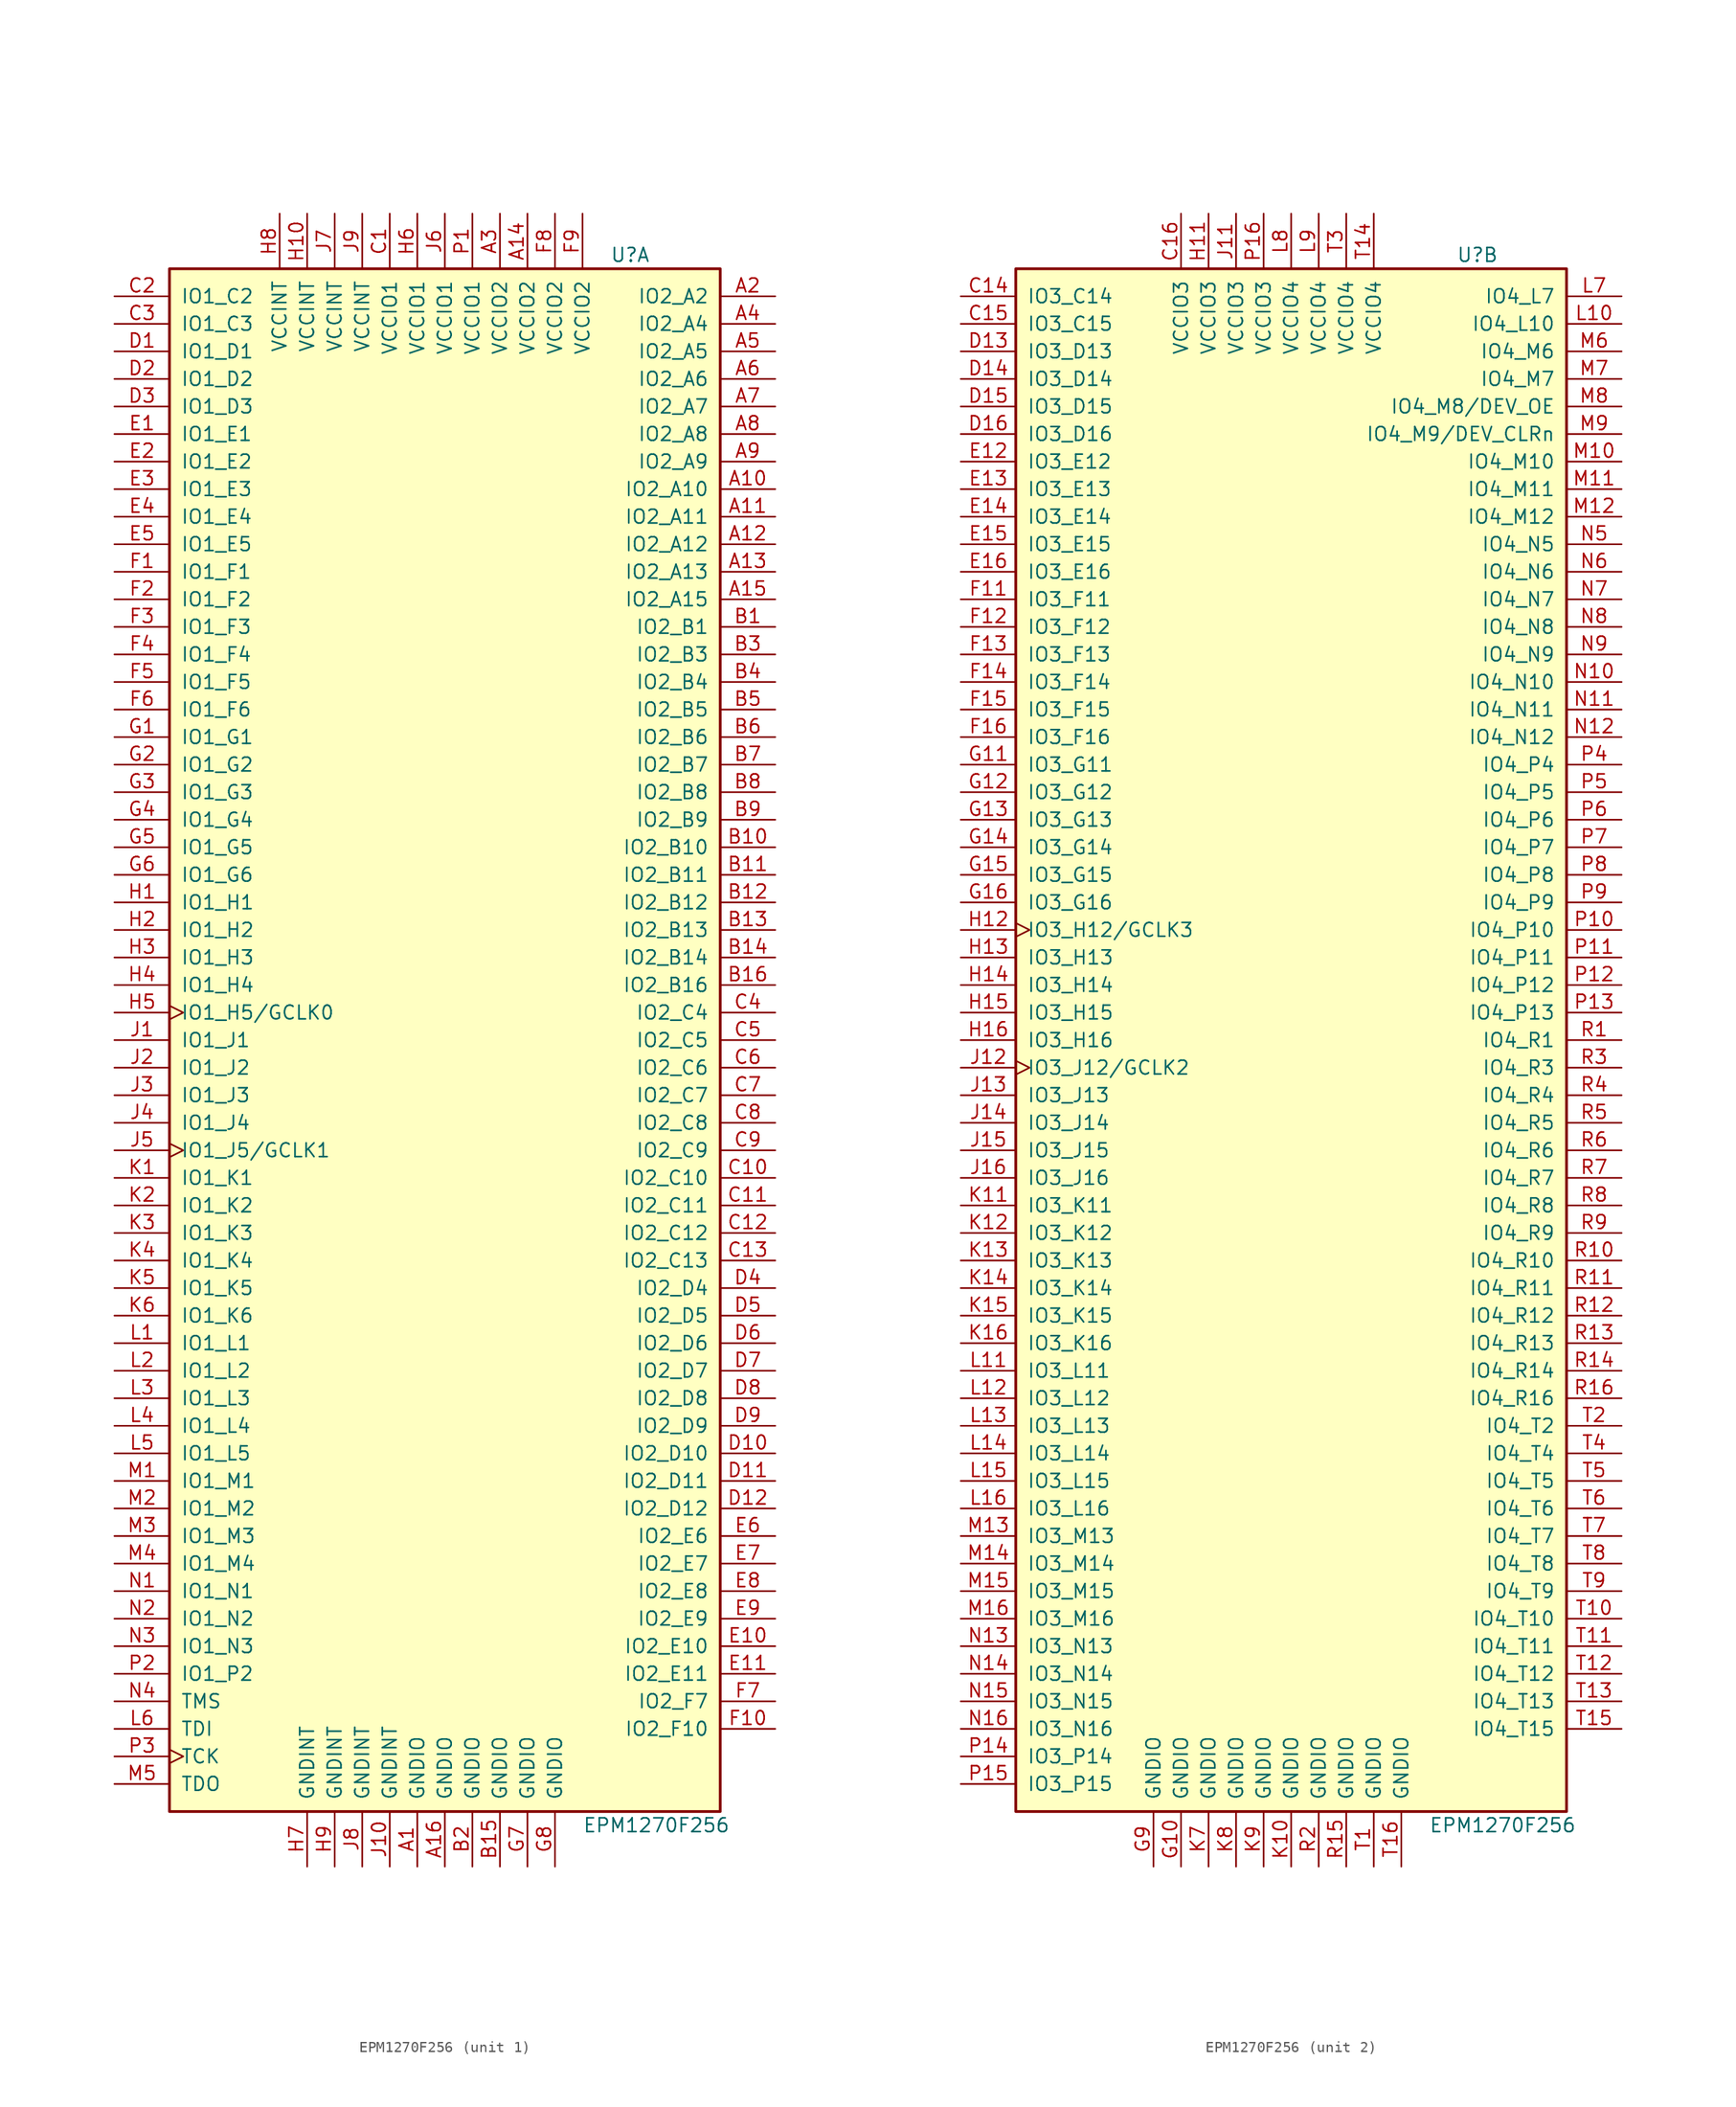
<source format=kicad_sym>
(kicad_symbol_lib
  (version 20220914)
  (generator kicad_symbol_editor)
  (symbol "EPM1270F256"
    (pin_names
      (offset 1.016))
    (property "Reference" "U"
      (at 15.24 72.39 0)
      (effects (font (size 1.27 1.27)) (justify left)))
    (property "Value" "EPM1270F256"
      (at 12.7 -72.39 0)
      (effects (font (size 1.27 1.27)) (justify left)))
    (property "ki_locked" ""
      (at 0 0 0)
      (effects (font (size 1.27 1.27))))
    (symbol "EPM1270F256_1_1"
      (rectangle (start -25.4 71.12) (end 25.4 -71.12) (stroke (width 0.254) (type default)) (fill (type background)))
      (pin power_in line (at -2.54 -76.2 90) (length 5.08) (name "GNDIO" (effects (font (size 1.27 1.27)))) (number "A1" (effects (font (size 1.27 1.27)))))
      (pin bidirectional line (at 30.48 50.8 180) (length 5.08) (name "IO2_A10" (effects (font (size 1.27 1.27)))) (number "A10" (effects (font (size 1.27 1.27)))))
      (pin bidirectional line (at 30.48 48.26 180) (length 5.08) (name "IO2_A11" (effects (font (size 1.27 1.27)))) (number "A11" (effects (font (size 1.27 1.27)))))
      (pin bidirectional line (at 30.48 45.72 180) (length 5.08) (name "IO2_A12" (effects (font (size 1.27 1.27)))) (number "A12" (effects (font (size 1.27 1.27)))))
      (pin bidirectional line (at 30.48 43.18 180) (length 5.08) (name "IO2_A13" (effects (font (size 1.27 1.27)))) (number "A13" (effects (font (size 1.27 1.27)))))
      (pin power_in line (at 7.62 76.2 270) (length 5.08) (name "VCCIO2" (effects (font (size 1.27 1.27)))) (number "A14" (effects (font (size 1.27 1.27)))))
      (pin bidirectional line (at 30.48 40.64 180) (length 5.08) (name "IO2_A15" (effects (font (size 1.27 1.27)))) (number "A15" (effects (font (size 1.27 1.27)))))
      (pin power_in line (at 0 -76.2 90) (length 5.08) (name "GNDIO" (effects (font (size 1.27 1.27)))) (number "A16" (effects (font (size 1.27 1.27)))))
      (pin bidirectional line (at 30.48 68.58 180) (length 5.08) (name "IO2_A2" (effects (font (size 1.27 1.27)))) (number "A2" (effects (font (size 1.27 1.27)))))
      (pin power_in line (at 5.08 76.2 270) (length 5.08) (name "VCCIO2" (effects (font (size 1.27 1.27)))) (number "A3" (effects (font (size 1.27 1.27)))))
      (pin bidirectional line (at 30.48 66.04 180) (length 5.08) (name "IO2_A4" (effects (font (size 1.27 1.27)))) (number "A4" (effects (font (size 1.27 1.27)))))
      (pin bidirectional line (at 30.48 63.5 180) (length 5.08) (name "IO2_A5" (effects (font (size 1.27 1.27)))) (number "A5" (effects (font (size 1.27 1.27)))))
      (pin bidirectional line (at 30.48 60.96 180) (length 5.08) (name "IO2_A6" (effects (font (size 1.27 1.27)))) (number "A6" (effects (font (size 1.27 1.27)))))
      (pin bidirectional line (at 30.48 58.42 180) (length 5.08) (name "IO2_A7" (effects (font (size 1.27 1.27)))) (number "A7" (effects (font (size 1.27 1.27)))))
      (pin bidirectional line (at 30.48 55.88 180) (length 5.08) (name "IO2_A8" (effects (font (size 1.27 1.27)))) (number "A8" (effects (font (size 1.27 1.27)))))
      (pin bidirectional line (at 30.48 53.34 180) (length 5.08) (name "IO2_A9" (effects (font (size 1.27 1.27)))) (number "A9" (effects (font (size 1.27 1.27)))))
      (pin bidirectional line (at 30.48 38.1 180) (length 5.08) (name "IO2_B1" (effects (font (size 1.27 1.27)))) (number "B1" (effects (font (size 1.27 1.27)))))
      (pin bidirectional line (at 30.48 17.78 180) (length 5.08) (name "IO2_B10" (effects (font (size 1.27 1.27)))) (number "B10" (effects (font (size 1.27 1.27)))))
      (pin bidirectional line (at 30.48 15.24 180) (length 5.08) (name "IO2_B11" (effects (font (size 1.27 1.27)))) (number "B11" (effects (font (size 1.27 1.27)))))
      (pin bidirectional line (at 30.48 12.7 180) (length 5.08) (name "IO2_B12" (effects (font (size 1.27 1.27)))) (number "B12" (effects (font (size 1.27 1.27)))))
      (pin bidirectional line (at 30.48 10.16 180) (length 5.08) (name "IO2_B13" (effects (font (size 1.27 1.27)))) (number "B13" (effects (font (size 1.27 1.27)))))
      (pin bidirectional line (at 30.48 7.62 180) (length 5.08) (name "IO2_B14" (effects (font (size 1.27 1.27)))) (number "B14" (effects (font (size 1.27 1.27)))))
      (pin power_in line (at 5.08 -76.2 90) (length 5.08) (name "GNDIO" (effects (font (size 1.27 1.27)))) (number "B15" (effects (font (size 1.27 1.27)))))
      (pin bidirectional line (at 30.48 5.08 180) (length 5.08) (name "IO2_B16" (effects (font (size 1.27 1.27)))) (number "B16" (effects (font (size 1.27 1.27)))))
      (pin power_in line (at 2.54 -76.2 90) (length 5.08) (name "GNDIO" (effects (font (size 1.27 1.27)))) (number "B2" (effects (font (size 1.27 1.27)))))
      (pin bidirectional line (at 30.48 35.56 180) (length 5.08) (name "IO2_B3" (effects (font (size 1.27 1.27)))) (number "B3" (effects (font (size 1.27 1.27)))))
      (pin bidirectional line (at 30.48 33.02 180) (length 5.08) (name "IO2_B4" (effects (font (size 1.27 1.27)))) (number "B4" (effects (font (size 1.27 1.27)))))
      (pin bidirectional line (at 30.48 30.48 180) (length 5.08) (name "IO2_B5" (effects (font (size 1.27 1.27)))) (number "B5" (effects (font (size 1.27 1.27)))))
      (pin bidirectional line (at 30.48 27.94 180) (length 5.08) (name "IO2_B6" (effects (font (size 1.27 1.27)))) (number "B6" (effects (font (size 1.27 1.27)))))
      (pin bidirectional line (at 30.48 25.4 180) (length 5.08) (name "IO2_B7" (effects (font (size 1.27 1.27)))) (number "B7" (effects (font (size 1.27 1.27)))))
      (pin bidirectional line (at 30.48 22.86 180) (length 5.08) (name "IO2_B8" (effects (font (size 1.27 1.27)))) (number "B8" (effects (font (size 1.27 1.27)))))
      (pin bidirectional line (at 30.48 20.32 180) (length 5.08) (name "IO2_B9" (effects (font (size 1.27 1.27)))) (number "B9" (effects (font (size 1.27 1.27)))))
      (pin power_in line (at -5.08 76.2 270) (length 5.08) (name "VCCIO1" (effects (font (size 1.27 1.27)))) (number "C1" (effects (font (size 1.27 1.27)))))
      (pin bidirectional line (at 30.48 -12.7 180) (length 5.08) (name "IO2_C10" (effects (font (size 1.27 1.27)))) (number "C10" (effects (font (size 1.27 1.27)))))
      (pin bidirectional line (at 30.48 -15.24 180) (length 5.08) (name "IO2_C11" (effects (font (size 1.27 1.27)))) (number "C11" (effects (font (size 1.27 1.27)))))
      (pin bidirectional line (at 30.48 -17.78 180) (length 5.08) (name "IO2_C12" (effects (font (size 1.27 1.27)))) (number "C12" (effects (font (size 1.27 1.27)))))
      (pin bidirectional line (at 30.48 -20.32 180) (length 5.08) (name "IO2_C13" (effects (font (size 1.27 1.27)))) (number "C13" (effects (font (size 1.27 1.27)))))
      (pin bidirectional line (at -30.48 68.58 0) (length 5.08) (name "IO1_C2" (effects (font (size 1.27 1.27)))) (number "C2" (effects (font (size 1.27 1.27)))))
      (pin bidirectional line (at -30.48 66.04 0) (length 5.08) (name "IO1_C3" (effects (font (size 1.27 1.27)))) (number "C3" (effects (font (size 1.27 1.27)))))
      (pin bidirectional line (at 30.48 2.54 180) (length 5.08) (name "IO2_C4" (effects (font (size 1.27 1.27)))) (number "C4" (effects (font (size 1.27 1.27)))))
      (pin bidirectional line (at 30.48 0 180) (length 5.08) (name "IO2_C5" (effects (font (size 1.27 1.27)))) (number "C5" (effects (font (size 1.27 1.27)))))
      (pin bidirectional line (at 30.48 -2.54 180) (length 5.08) (name "IO2_C6" (effects (font (size 1.27 1.27)))) (number "C6" (effects (font (size 1.27 1.27)))))
      (pin bidirectional line (at 30.48 -5.08 180) (length 5.08) (name "IO2_C7" (effects (font (size 1.27 1.27)))) (number "C7" (effects (font (size 1.27 1.27)))))
      (pin bidirectional line (at 30.48 -7.62 180) (length 5.08) (name "IO2_C8" (effects (font (size 1.27 1.27)))) (number "C8" (effects (font (size 1.27 1.27)))))
      (pin bidirectional line (at 30.48 -10.16 180) (length 5.08) (name "IO2_C9" (effects (font (size 1.27 1.27)))) (number "C9" (effects (font (size 1.27 1.27)))))
      (pin bidirectional line (at -30.48 63.5 0) (length 5.08) (name "IO1_D1" (effects (font (size 1.27 1.27)))) (number "D1" (effects (font (size 1.27 1.27)))))
      (pin bidirectional line (at 30.48 -38.1 180) (length 5.08) (name "IO2_D10" (effects (font (size 1.27 1.27)))) (number "D10" (effects (font (size 1.27 1.27)))))
      (pin bidirectional line (at 30.48 -40.64 180) (length 5.08) (name "IO2_D11" (effects (font (size 1.27 1.27)))) (number "D11" (effects (font (size 1.27 1.27)))))
      (pin bidirectional line (at 30.48 -43.18 180) (length 5.08) (name "IO2_D12" (effects (font (size 1.27 1.27)))) (number "D12" (effects (font (size 1.27 1.27)))))
      (pin bidirectional line (at -30.48 60.96 0) (length 5.08) (name "IO1_D2" (effects (font (size 1.27 1.27)))) (number "D2" (effects (font (size 1.27 1.27)))))
      (pin bidirectional line (at -30.48 58.42 0) (length 5.08) (name "IO1_D3" (effects (font (size 1.27 1.27)))) (number "D3" (effects (font (size 1.27 1.27)))))
      (pin bidirectional line (at 30.48 -22.86 180) (length 5.08) (name "IO2_D4" (effects (font (size 1.27 1.27)))) (number "D4" (effects (font (size 1.27 1.27)))))
      (pin bidirectional line (at 30.48 -25.4 180) (length 5.08) (name "IO2_D5" (effects (font (size 1.27 1.27)))) (number "D5" (effects (font (size 1.27 1.27)))))
      (pin bidirectional line (at 30.48 -27.94 180) (length 5.08) (name "IO2_D6" (effects (font (size 1.27 1.27)))) (number "D6" (effects (font (size 1.27 1.27)))))
      (pin bidirectional line (at 30.48 -30.48 180) (length 5.08) (name "IO2_D7" (effects (font (size 1.27 1.27)))) (number "D7" (effects (font (size 1.27 1.27)))))
      (pin bidirectional line (at 30.48 -33.02 180) (length 5.08) (name "IO2_D8" (effects (font (size 1.27 1.27)))) (number "D8" (effects (font (size 1.27 1.27)))))
      (pin bidirectional line (at 30.48 -35.56 180) (length 5.08) (name "IO2_D9" (effects (font (size 1.27 1.27)))) (number "D9" (effects (font (size 1.27 1.27)))))
      (pin bidirectional line (at -30.48 55.88 0) (length 5.08) (name "IO1_E1" (effects (font (size 1.27 1.27)))) (number "E1" (effects (font (size 1.27 1.27)))))
      (pin bidirectional line (at 30.48 -55.88 180) (length 5.08) (name "IO2_E10" (effects (font (size 1.27 1.27)))) (number "E10" (effects (font (size 1.27 1.27)))))
      (pin bidirectional line (at 30.48 -58.42 180) (length 5.08) (name "IO2_E11" (effects (font (size 1.27 1.27)))) (number "E11" (effects (font (size 1.27 1.27)))))
      (pin bidirectional line (at -30.48 53.34 0) (length 5.08) (name "IO1_E2" (effects (font (size 1.27 1.27)))) (number "E2" (effects (font (size 1.27 1.27)))))
      (pin bidirectional line (at -30.48 50.8 0) (length 5.08) (name "IO1_E3" (effects (font (size 1.27 1.27)))) (number "E3" (effects (font (size 1.27 1.27)))))
      (pin bidirectional line (at -30.48 48.26 0) (length 5.08) (name "IO1_E4" (effects (font (size 1.27 1.27)))) (number "E4" (effects (font (size 1.27 1.27)))))
      (pin bidirectional line (at -30.48 45.72 0) (length 5.08) (name "IO1_E5" (effects (font (size 1.27 1.27)))) (number "E5" (effects (font (size 1.27 1.27)))))
      (pin bidirectional line (at 30.48 -45.72 180) (length 5.08) (name "IO2_E6" (effects (font (size 1.27 1.27)))) (number "E6" (effects (font (size 1.27 1.27)))))
      (pin bidirectional line (at 30.48 -48.26 180) (length 5.08) (name "IO2_E7" (effects (font (size 1.27 1.27)))) (number "E7" (effects (font (size 1.27 1.27)))))
      (pin bidirectional line (at 30.48 -50.8 180) (length 5.08) (name "IO2_E8" (effects (font (size 1.27 1.27)))) (number "E8" (effects (font (size 1.27 1.27)))))
      (pin bidirectional line (at 30.48 -53.34 180) (length 5.08) (name "IO2_E9" (effects (font (size 1.27 1.27)))) (number "E9" (effects (font (size 1.27 1.27)))))
      (pin bidirectional line (at -30.48 43.18 0) (length 5.08) (name "IO1_F1" (effects (font (size 1.27 1.27)))) (number "F1" (effects (font (size 1.27 1.27)))))
      (pin bidirectional line (at 30.48 -63.5 180) (length 5.08) (name "IO2_F10" (effects (font (size 1.27 1.27)))) (number "F10" (effects (font (size 1.27 1.27)))))
      (pin bidirectional line (at -30.48 40.64 0) (length 5.08) (name "IO1_F2" (effects (font (size 1.27 1.27)))) (number "F2" (effects (font (size 1.27 1.27)))))
      (pin bidirectional line (at -30.48 38.1 0) (length 5.08) (name "IO1_F3" (effects (font (size 1.27 1.27)))) (number "F3" (effects (font (size 1.27 1.27)))))
      (pin bidirectional line (at -30.48 35.56 0) (length 5.08) (name "IO1_F4" (effects (font (size 1.27 1.27)))) (number "F4" (effects (font (size 1.27 1.27)))))
      (pin bidirectional line (at -30.48 33.02 0) (length 5.08) (name "IO1_F5" (effects (font (size 1.27 1.27)))) (number "F5" (effects (font (size 1.27 1.27)))))
      (pin bidirectional line (at -30.48 30.48 0) (length 5.08) (name "IO1_F6" (effects (font (size 1.27 1.27)))) (number "F6" (effects (font (size 1.27 1.27)))))
      (pin bidirectional line (at 30.48 -60.96 180) (length 5.08) (name "IO2_F7" (effects (font (size 1.27 1.27)))) (number "F7" (effects (font (size 1.27 1.27)))))
      (pin power_in line (at 10.16 76.2 270) (length 5.08) (name "VCCIO2" (effects (font (size 1.27 1.27)))) (number "F8" (effects (font (size 1.27 1.27)))))
      (pin power_in line (at 12.7 76.2 270) (length 5.08) (name "VCCIO2" (effects (font (size 1.27 1.27)))) (number "F9" (effects (font (size 1.27 1.27)))))
      (pin bidirectional line (at -30.48 27.94 0) (length 5.08) (name "IO1_G1" (effects (font (size 1.27 1.27)))) (number "G1" (effects (font (size 1.27 1.27)))))
      (pin bidirectional line (at -30.48 25.4 0) (length 5.08) (name "IO1_G2" (effects (font (size 1.27 1.27)))) (number "G2" (effects (font (size 1.27 1.27)))))
      (pin bidirectional line (at -30.48 22.86 0) (length 5.08) (name "IO1_G3" (effects (font (size 1.27 1.27)))) (number "G3" (effects (font (size 1.27 1.27)))))
      (pin bidirectional line (at -30.48 20.32 0) (length 5.08) (name "IO1_G4" (effects (font (size 1.27 1.27)))) (number "G4" (effects (font (size 1.27 1.27)))))
      (pin bidirectional line (at -30.48 17.78 0) (length 5.08) (name "IO1_G5" (effects (font (size 1.27 1.27)))) (number "G5" (effects (font (size 1.27 1.27)))))
      (pin bidirectional line (at -30.48 15.24 0) (length 5.08) (name "IO1_G6" (effects (font (size 1.27 1.27)))) (number "G6" (effects (font (size 1.27 1.27)))))
      (pin power_in line (at 7.62 -76.2 90) (length 5.08) (name "GNDIO" (effects (font (size 1.27 1.27)))) (number "G7" (effects (font (size 1.27 1.27)))))
      (pin power_in line (at 10.16 -76.2 90) (length 5.08) (name "GNDIO" (effects (font (size 1.27 1.27)))) (number "G8" (effects (font (size 1.27 1.27)))))
      (pin bidirectional line (at -30.48 12.7 0) (length 5.08) (name "IO1_H1" (effects (font (size 1.27 1.27)))) (number "H1" (effects (font (size 1.27 1.27)))))
      (pin power_in line (at -12.7 76.2 270) (length 5.08) (name "VCCINT" (effects (font (size 1.27 1.27)))) (number "H10" (effects (font (size 1.27 1.27)))))
      (pin bidirectional line (at -30.48 10.16 0) (length 5.08) (name "IO1_H2" (effects (font (size 1.27 1.27)))) (number "H2" (effects (font (size 1.27 1.27)))))
      (pin bidirectional line (at -30.48 7.62 0) (length 5.08) (name "IO1_H3" (effects (font (size 1.27 1.27)))) (number "H3" (effects (font (size 1.27 1.27)))))
      (pin bidirectional line (at -30.48 5.08 0) (length 5.08) (name "IO1_H4" (effects (font (size 1.27 1.27)))) (number "H4" (effects (font (size 1.27 1.27)))))
      (pin bidirectional clock (at -30.48 2.54 0) (length 5.08) (name "IO1_H5/GCLK0" (effects (font (size 1.27 1.27)))) (number "H5" (effects (font (size 1.27 1.27)))))
      (pin power_in line (at -2.54 76.2 270) (length 5.08) (name "VCCIO1" (effects (font (size 1.27 1.27)))) (number "H6" (effects (font (size 1.27 1.27)))))
      (pin power_in line (at -12.7 -76.2 90) (length 5.08) (name "GNDINT" (effects (font (size 1.27 1.27)))) (number "H7" (effects (font (size 1.27 1.27)))))
      (pin power_in line (at -15.24 76.2 270) (length 5.08) (name "VCCINT" (effects (font (size 1.27 1.27)))) (number "H8" (effects (font (size 1.27 1.27)))))
      (pin power_in line (at -10.16 -76.2 90) (length 5.08) (name "GNDINT" (effects (font (size 1.27 1.27)))) (number "H9" (effects (font (size 1.27 1.27)))))
      (pin bidirectional line (at -30.48 0 0) (length 5.08) (name "IO1_J1" (effects (font (size 1.27 1.27)))) (number "J1" (effects (font (size 1.27 1.27)))))
      (pin power_in line (at -5.08 -76.2 90) (length 5.08) (name "GNDINT" (effects (font (size 1.27 1.27)))) (number "J10" (effects (font (size 1.27 1.27)))))
      (pin bidirectional line (at -30.48 -2.54 0) (length 5.08) (name "IO1_J2" (effects (font (size 1.27 1.27)))) (number "J2" (effects (font (size 1.27 1.27)))))
      (pin bidirectional line (at -30.48 -5.08 0) (length 5.08) (name "IO1_J3" (effects (font (size 1.27 1.27)))) (number "J3" (effects (font (size 1.27 1.27)))))
      (pin bidirectional line (at -30.48 -7.62 0) (length 5.08) (name "IO1_J4" (effects (font (size 1.27 1.27)))) (number "J4" (effects (font (size 1.27 1.27)))))
      (pin bidirectional clock (at -30.48 -10.16 0) (length 5.08) (name "IO1_J5/GCLK1" (effects (font (size 1.27 1.27)))) (number "J5" (effects (font (size 1.27 1.27)))))
      (pin power_in line (at 0 76.2 270) (length 5.08) (name "VCCIO1" (effects (font (size 1.27 1.27)))) (number "J6" (effects (font (size 1.27 1.27)))))
      (pin power_in line (at -10.16 76.2 270) (length 5.08) (name "VCCINT" (effects (font (size 1.27 1.27)))) (number "J7" (effects (font (size 1.27 1.27)))))
      (pin power_in line (at -7.62 -76.2 90) (length 5.08) (name "GNDINT" (effects (font (size 1.27 1.27)))) (number "J8" (effects (font (size 1.27 1.27)))))
      (pin power_in line (at -7.62 76.2 270) (length 5.08) (name "VCCINT" (effects (font (size 1.27 1.27)))) (number "J9" (effects (font (size 1.27 1.27)))))
      (pin bidirectional line (at -30.48 -12.7 0) (length 5.08) (name "IO1_K1" (effects (font (size 1.27 1.27)))) (number "K1" (effects (font (size 1.27 1.27)))))
      (pin bidirectional line (at -30.48 -15.24 0) (length 5.08) (name "IO1_K2" (effects (font (size 1.27 1.27)))) (number "K2" (effects (font (size 1.27 1.27)))))
      (pin bidirectional line (at -30.48 -17.78 0) (length 5.08) (name "IO1_K3" (effects (font (size 1.27 1.27)))) (number "K3" (effects (font (size 1.27 1.27)))))
      (pin bidirectional line (at -30.48 -20.32 0) (length 5.08) (name "IO1_K4" (effects (font (size 1.27 1.27)))) (number "K4" (effects (font (size 1.27 1.27)))))
      (pin bidirectional line (at -30.48 -22.86 0) (length 5.08) (name "IO1_K5" (effects (font (size 1.27 1.27)))) (number "K5" (effects (font (size 1.27 1.27)))))
      (pin bidirectional line (at -30.48 -25.4 0) (length 5.08) (name "IO1_K6" (effects (font (size 1.27 1.27)))) (number "K6" (effects (font (size 1.27 1.27)))))
      (pin bidirectional line (at -30.48 -27.94 0) (length 5.08) (name "IO1_L1" (effects (font (size 1.27 1.27)))) (number "L1" (effects (font (size 1.27 1.27)))))
      (pin bidirectional line (at -30.48 -30.48 0) (length 5.08) (name "IO1_L2" (effects (font (size 1.27 1.27)))) (number "L2" (effects (font (size 1.27 1.27)))))
      (pin bidirectional line (at -30.48 -33.02 0) (length 5.08) (name "IO1_L3" (effects (font (size 1.27 1.27)))) (number "L3" (effects (font (size 1.27 1.27)))))
      (pin bidirectional line (at -30.48 -35.56 0) (length 5.08) (name "IO1_L4" (effects (font (size 1.27 1.27)))) (number "L4" (effects (font (size 1.27 1.27)))))
      (pin bidirectional line (at -30.48 -38.1 0) (length 5.08) (name "IO1_L5" (effects (font (size 1.27 1.27)))) (number "L5" (effects (font (size 1.27 1.27)))))
      (pin input line (at -30.48 -63.5 0) (length 5.08) (name "TDI" (effects (font (size 1.27 1.27)))) (number "L6" (effects (font (size 1.27 1.27)))))
      (pin bidirectional line (at -30.48 -40.64 0) (length 5.08) (name "IO1_M1" (effects (font (size 1.27 1.27)))) (number "M1" (effects (font (size 1.27 1.27)))))
      (pin bidirectional line (at -30.48 -43.18 0) (length 5.08) (name "IO1_M2" (effects (font (size 1.27 1.27)))) (number "M2" (effects (font (size 1.27 1.27)))))
      (pin bidirectional line (at -30.48 -45.72 0) (length 5.08) (name "IO1_M3" (effects (font (size 1.27 1.27)))) (number "M3" (effects (font (size 1.27 1.27)))))
      (pin bidirectional line (at -30.48 -48.26 0) (length 5.08) (name "IO1_M4" (effects (font (size 1.27 1.27)))) (number "M4" (effects (font (size 1.27 1.27)))))
      (pin output line (at -30.48 -68.58 0) (length 5.08) (name "TDO" (effects (font (size 1.27 1.27)))) (number "M5" (effects (font (size 1.27 1.27)))))
      (pin bidirectional line (at -30.48 -50.8 0) (length 5.08) (name "IO1_N1" (effects (font (size 1.27 1.27)))) (number "N1" (effects (font (size 1.27 1.27)))))
      (pin bidirectional line (at -30.48 -53.34 0) (length 5.08) (name "IO1_N2" (effects (font (size 1.27 1.27)))) (number "N2" (effects (font (size 1.27 1.27)))))
      (pin bidirectional line (at -30.48 -55.88 0) (length 5.08) (name "IO1_N3" (effects (font (size 1.27 1.27)))) (number "N3" (effects (font (size 1.27 1.27)))))
      (pin input line (at -30.48 -60.96 0) (length 5.08) (name "TMS" (effects (font (size 1.27 1.27)))) (number "N4" (effects (font (size 1.27 1.27)))))
      (pin power_in line (at 2.54 76.2 270) (length 5.08) (name "VCCIO1" (effects (font (size 1.27 1.27)))) (number "P1" (effects (font (size 1.27 1.27)))))
      (pin bidirectional line (at -30.48 -58.42 0) (length 5.08) (name "IO1_P2" (effects (font (size 1.27 1.27)))) (number "P2" (effects (font (size 1.27 1.27)))))
      (pin input clock (at -30.48 -66.04 0) (length 5.08) (name "TCK" (effects (font (size 1.27 1.27)))) (number "P3" (effects (font (size 1.27 1.27))))))
    (symbol "EPM1270F256_2_1"
      (rectangle (start -25.4 71.12) (end 25.4 -71.12) (stroke (width 0.254) (type default)) (fill (type background)))
      (pin bidirectional line (at -30.48 68.58 0) (length 5.08) (name "IO3_C14" (effects (font (size 1.27 1.27)))) (number "C14" (effects (font (size 1.27 1.27)))))
      (pin bidirectional line (at -30.48 66.04 0) (length 5.08) (name "IO3_C15" (effects (font (size 1.27 1.27)))) (number "C15" (effects (font (size 1.27 1.27)))))
      (pin power_in line (at -10.16 76.2 270) (length 5.08) (name "VCCIO3" (effects (font (size 1.27 1.27)))) (number "C16" (effects (font (size 1.27 1.27)))))
      (pin bidirectional line (at -30.48 63.5 0) (length 5.08) (name "IO3_D13" (effects (font (size 1.27 1.27)))) (number "D13" (effects (font (size 1.27 1.27)))))
      (pin bidirectional line (at -30.48 60.96 0) (length 5.08) (name "IO3_D14" (effects (font (size 1.27 1.27)))) (number "D14" (effects (font (size 1.27 1.27)))))
      (pin bidirectional line (at -30.48 58.42 0) (length 5.08) (name "IO3_D15" (effects (font (size 1.27 1.27)))) (number "D15" (effects (font (size 1.27 1.27)))))
      (pin bidirectional line (at -30.48 55.88 0) (length 5.08) (name "IO3_D16" (effects (font (size 1.27 1.27)))) (number "D16" (effects (font (size 1.27 1.27)))))
      (pin bidirectional line (at -30.48 53.34 0) (length 5.08) (name "IO3_E12" (effects (font (size 1.27 1.27)))) (number "E12" (effects (font (size 1.27 1.27)))))
      (pin bidirectional line (at -30.48 50.8 0) (length 5.08) (name "IO3_E13" (effects (font (size 1.27 1.27)))) (number "E13" (effects (font (size 1.27 1.27)))))
      (pin bidirectional line (at -30.48 48.26 0) (length 5.08) (name "IO3_E14" (effects (font (size 1.27 1.27)))) (number "E14" (effects (font (size 1.27 1.27)))))
      (pin bidirectional line (at -30.48 45.72 0) (length 5.08) (name "IO3_E15" (effects (font (size 1.27 1.27)))) (number "E15" (effects (font (size 1.27 1.27)))))
      (pin bidirectional line (at -30.48 43.18 0) (length 5.08) (name "IO3_E16" (effects (font (size 1.27 1.27)))) (number "E16" (effects (font (size 1.27 1.27)))))
      (pin bidirectional line (at -30.48 40.64 0) (length 5.08) (name "IO3_F11" (effects (font (size 1.27 1.27)))) (number "F11" (effects (font (size 1.27 1.27)))))
      (pin bidirectional line (at -30.48 38.1 0) (length 5.08) (name "IO3_F12" (effects (font (size 1.27 1.27)))) (number "F12" (effects (font (size 1.27 1.27)))))
      (pin bidirectional line (at -30.48 35.56 0) (length 5.08) (name "IO3_F13" (effects (font (size 1.27 1.27)))) (number "F13" (effects (font (size 1.27 1.27)))))
      (pin bidirectional line (at -30.48 33.02 0) (length 5.08) (name "IO3_F14" (effects (font (size 1.27 1.27)))) (number "F14" (effects (font (size 1.27 1.27)))))
      (pin bidirectional line (at -30.48 30.48 0) (length 5.08) (name "IO3_F15" (effects (font (size 1.27 1.27)))) (number "F15" (effects (font (size 1.27 1.27)))))
      (pin bidirectional line (at -30.48 27.94 0) (length 5.08) (name "IO3_F16" (effects (font (size 1.27 1.27)))) (number "F16" (effects (font (size 1.27 1.27)))))
      (pin power_in line (at -10.16 -76.2 90) (length 5.08) (name "GNDIO" (effects (font (size 1.27 1.27)))) (number "G10" (effects (font (size 1.27 1.27)))))
      (pin bidirectional line (at -30.48 25.4 0) (length 5.08) (name "IO3_G11" (effects (font (size 1.27 1.27)))) (number "G11" (effects (font (size 1.27 1.27)))))
      (pin bidirectional line (at -30.48 22.86 0) (length 5.08) (name "IO3_G12" (effects (font (size 1.27 1.27)))) (number "G12" (effects (font (size 1.27 1.27)))))
      (pin bidirectional line (at -30.48 20.32 0) (length 5.08) (name "IO3_G13" (effects (font (size 1.27 1.27)))) (number "G13" (effects (font (size 1.27 1.27)))))
      (pin bidirectional line (at -30.48 17.78 0) (length 5.08) (name "IO3_G14" (effects (font (size 1.27 1.27)))) (number "G14" (effects (font (size 1.27 1.27)))))
      (pin bidirectional line (at -30.48 15.24 0) (length 5.08) (name "IO3_G15" (effects (font (size 1.27 1.27)))) (number "G15" (effects (font (size 1.27 1.27)))))
      (pin bidirectional line (at -30.48 12.7 0) (length 5.08) (name "IO3_G16" (effects (font (size 1.27 1.27)))) (number "G16" (effects (font (size 1.27 1.27)))))
      (pin power_in line (at -12.7 -76.2 90) (length 5.08) (name "GNDIO" (effects (font (size 1.27 1.27)))) (number "G9" (effects (font (size 1.27 1.27)))))
      (pin power_in line (at -7.62 76.2 270) (length 5.08) (name "VCCIO3" (effects (font (size 1.27 1.27)))) (number "H11" (effects (font (size 1.27 1.27)))))
      (pin bidirectional clock (at -30.48 10.16 0) (length 5.08) (name "IO3_H12/GCLK3" (effects (font (size 1.27 1.27)))) (number "H12" (effects (font (size 1.27 1.27)))))
      (pin bidirectional line (at -30.48 7.62 0) (length 5.08) (name "IO3_H13" (effects (font (size 1.27 1.27)))) (number "H13" (effects (font (size 1.27 1.27)))))
      (pin bidirectional line (at -30.48 5.08 0) (length 5.08) (name "IO3_H14" (effects (font (size 1.27 1.27)))) (number "H14" (effects (font (size 1.27 1.27)))))
      (pin bidirectional line (at -30.48 2.54 0) (length 5.08) (name "IO3_H15" (effects (font (size 1.27 1.27)))) (number "H15" (effects (font (size 1.27 1.27)))))
      (pin bidirectional line (at -30.48 0 0) (length 5.08) (name "IO3_H16" (effects (font (size 1.27 1.27)))) (number "H16" (effects (font (size 1.27 1.27)))))
      (pin power_in line (at -5.08 76.2 270) (length 5.08) (name "VCCIO3" (effects (font (size 1.27 1.27)))) (number "J11" (effects (font (size 1.27 1.27)))))
      (pin bidirectional clock (at -30.48 -2.54 0) (length 5.08) (name "IO3_J12/GCLK2" (effects (font (size 1.27 1.27)))) (number "J12" (effects (font (size 1.27 1.27)))))
      (pin bidirectional line (at -30.48 -5.08 0) (length 5.08) (name "IO3_J13" (effects (font (size 1.27 1.27)))) (number "J13" (effects (font (size 1.27 1.27)))))
      (pin bidirectional line (at -30.48 -7.62 0) (length 5.08) (name "IO3_J14" (effects (font (size 1.27 1.27)))) (number "J14" (effects (font (size 1.27 1.27)))))
      (pin bidirectional line (at -30.48 -10.16 0) (length 5.08) (name "IO3_J15" (effects (font (size 1.27 1.27)))) (number "J15" (effects (font (size 1.27 1.27)))))
      (pin bidirectional line (at -30.48 -12.7 0) (length 5.08) (name "IO3_J16" (effects (font (size 1.27 1.27)))) (number "J16" (effects (font (size 1.27 1.27)))))
      (pin power_in line (at 0 -76.2 90) (length 5.08) (name "GNDIO" (effects (font (size 1.27 1.27)))) (number "K10" (effects (font (size 1.27 1.27)))))
      (pin bidirectional line (at -30.48 -15.24 0) (length 5.08) (name "IO3_K11" (effects (font (size 1.27 1.27)))) (number "K11" (effects (font (size 1.27 1.27)))))
      (pin bidirectional line (at -30.48 -17.78 0) (length 5.08) (name "IO3_K12" (effects (font (size 1.27 1.27)))) (number "K12" (effects (font (size 1.27 1.27)))))
      (pin bidirectional line (at -30.48 -20.32 0) (length 5.08) (name "IO3_K13" (effects (font (size 1.27 1.27)))) (number "K13" (effects (font (size 1.27 1.27)))))
      (pin bidirectional line (at -30.48 -22.86 0) (length 5.08) (name "IO3_K14" (effects (font (size 1.27 1.27)))) (number "K14" (effects (font (size 1.27 1.27)))))
      (pin bidirectional line (at -30.48 -25.4 0) (length 5.08) (name "IO3_K15" (effects (font (size 1.27 1.27)))) (number "K15" (effects (font (size 1.27 1.27)))))
      (pin bidirectional line (at -30.48 -27.94 0) (length 5.08) (name "IO3_K16" (effects (font (size 1.27 1.27)))) (number "K16" (effects (font (size 1.27 1.27)))))
      (pin power_in line (at -7.62 -76.2 90) (length 5.08) (name "GNDIO" (effects (font (size 1.27 1.27)))) (number "K7" (effects (font (size 1.27 1.27)))))
      (pin power_in line (at -5.08 -76.2 90) (length 5.08) (name "GNDIO" (effects (font (size 1.27 1.27)))) (number "K8" (effects (font (size 1.27 1.27)))))
      (pin power_in line (at -2.54 -76.2 90) (length 5.08) (name "GNDIO" (effects (font (size 1.27 1.27)))) (number "K9" (effects (font (size 1.27 1.27)))))
      (pin bidirectional line (at 30.48 66.04 180) (length 5.08) (name "IO4_L10" (effects (font (size 1.27 1.27)))) (number "L10" (effects (font (size 1.27 1.27)))))
      (pin bidirectional line (at -30.48 -30.48 0) (length 5.08) (name "IO3_L11" (effects (font (size 1.27 1.27)))) (number "L11" (effects (font (size 1.27 1.27)))))
      (pin bidirectional line (at -30.48 -33.02 0) (length 5.08) (name "IO3_L12" (effects (font (size 1.27 1.27)))) (number "L12" (effects (font (size 1.27 1.27)))))
      (pin bidirectional line (at -30.48 -35.56 0) (length 5.08) (name "IO3_L13" (effects (font (size 1.27 1.27)))) (number "L13" (effects (font (size 1.27 1.27)))))
      (pin bidirectional line (at -30.48 -38.1 0) (length 5.08) (name "IO3_L14" (effects (font (size 1.27 1.27)))) (number "L14" (effects (font (size 1.27 1.27)))))
      (pin bidirectional line (at -30.48 -40.64 0) (length 5.08) (name "IO3_L15" (effects (font (size 1.27 1.27)))) (number "L15" (effects (font (size 1.27 1.27)))))
      (pin bidirectional line (at -30.48 -43.18 0) (length 5.08) (name "IO3_L16" (effects (font (size 1.27 1.27)))) (number "L16" (effects (font (size 1.27 1.27)))))
      (pin bidirectional line (at 30.48 68.58 180) (length 5.08) (name "IO4_L7" (effects (font (size 1.27 1.27)))) (number "L7" (effects (font (size 1.27 1.27)))))
      (pin power_in line (at 0 76.2 270) (length 5.08) (name "VCCIO4" (effects (font (size 1.27 1.27)))) (number "L8" (effects (font (size 1.27 1.27)))))
      (pin power_in line (at 2.54 76.2 270) (length 5.08) (name "VCCIO4" (effects (font (size 1.27 1.27)))) (number "L9" (effects (font (size 1.27 1.27)))))
      (pin bidirectional line (at 30.48 53.34 180) (length 5.08) (name "IO4_M10" (effects (font (size 1.27 1.27)))) (number "M10" (effects (font (size 1.27 1.27)))))
      (pin bidirectional line (at 30.48 50.8 180) (length 5.08) (name "IO4_M11" (effects (font (size 1.27 1.27)))) (number "M11" (effects (font (size 1.27 1.27)))))
      (pin bidirectional line (at 30.48 48.26 180) (length 5.08) (name "IO4_M12" (effects (font (size 1.27 1.27)))) (number "M12" (effects (font (size 1.27 1.27)))))
      (pin bidirectional line (at -30.48 -45.72 0) (length 5.08) (name "IO3_M13" (effects (font (size 1.27 1.27)))) (number "M13" (effects (font (size 1.27 1.27)))))
      (pin bidirectional line (at -30.48 -48.26 0) (length 5.08) (name "IO3_M14" (effects (font (size 1.27 1.27)))) (number "M14" (effects (font (size 1.27 1.27)))))
      (pin bidirectional line (at -30.48 -50.8 0) (length 5.08) (name "IO3_M15" (effects (font (size 1.27 1.27)))) (number "M15" (effects (font (size 1.27 1.27)))))
      (pin bidirectional line (at -30.48 -53.34 0) (length 5.08) (name "IO3_M16" (effects (font (size 1.27 1.27)))) (number "M16" (effects (font (size 1.27 1.27)))))
      (pin bidirectional line (at 30.48 63.5 180) (length 5.08) (name "IO4_M6" (effects (font (size 1.27 1.27)))) (number "M6" (effects (font (size 1.27 1.27)))))
      (pin bidirectional line (at 30.48 60.96 180) (length 5.08) (name "IO4_M7" (effects (font (size 1.27 1.27)))) (number "M7" (effects (font (size 1.27 1.27)))))
      (pin bidirectional line (at 30.48 58.42 180) (length 5.08) (name "IO4_M8/DEV_OE" (effects (font (size 1.27 1.27)))) (number "M8" (effects (font (size 1.27 1.27)))))
      (pin bidirectional line (at 30.48 55.88 180) (length 5.08) (name "IO4_M9/DEV_CLRn" (effects (font (size 1.27 1.27)))) (number "M9" (effects (font (size 1.27 1.27)))))
      (pin bidirectional line (at 30.48 33.02 180) (length 5.08) (name "IO4_N10" (effects (font (size 1.27 1.27)))) (number "N10" (effects (font (size 1.27 1.27)))))
      (pin bidirectional line (at 30.48 30.48 180) (length 5.08) (name "IO4_N11" (effects (font (size 1.27 1.27)))) (number "N11" (effects (font (size 1.27 1.27)))))
      (pin bidirectional line (at 30.48 27.94 180) (length 5.08) (name "IO4_N12" (effects (font (size 1.27 1.27)))) (number "N12" (effects (font (size 1.27 1.27)))))
      (pin bidirectional line (at -30.48 -55.88 0) (length 5.08) (name "IO3_N13" (effects (font (size 1.27 1.27)))) (number "N13" (effects (font (size 1.27 1.27)))))
      (pin bidirectional line (at -30.48 -58.42 0) (length 5.08) (name "IO3_N14" (effects (font (size 1.27 1.27)))) (number "N14" (effects (font (size 1.27 1.27)))))
      (pin bidirectional line (at -30.48 -60.96 0) (length 5.08) (name "IO3_N15" (effects (font (size 1.27 1.27)))) (number "N15" (effects (font (size 1.27 1.27)))))
      (pin bidirectional line (at -30.48 -63.5 0) (length 5.08) (name "IO3_N16" (effects (font (size 1.27 1.27)))) (number "N16" (effects (font (size 1.27 1.27)))))
      (pin bidirectional line (at 30.48 45.72 180) (length 5.08) (name "IO4_N5" (effects (font (size 1.27 1.27)))) (number "N5" (effects (font (size 1.27 1.27)))))
      (pin bidirectional line (at 30.48 43.18 180) (length 5.08) (name "IO4_N6" (effects (font (size 1.27 1.27)))) (number "N6" (effects (font (size 1.27 1.27)))))
      (pin bidirectional line (at 30.48 40.64 180) (length 5.08) (name "IO4_N7" (effects (font (size 1.27 1.27)))) (number "N7" (effects (font (size 1.27 1.27)))))
      (pin bidirectional line (at 30.48 38.1 180) (length 5.08) (name "IO4_N8" (effects (font (size 1.27 1.27)))) (number "N8" (effects (font (size 1.27 1.27)))))
      (pin bidirectional line (at 30.48 35.56 180) (length 5.08) (name "IO4_N9" (effects (font (size 1.27 1.27)))) (number "N9" (effects (font (size 1.27 1.27)))))
      (pin bidirectional line (at 30.48 10.16 180) (length 5.08) (name "IO4_P10" (effects (font (size 1.27 1.27)))) (number "P10" (effects (font (size 1.27 1.27)))))
      (pin bidirectional line (at 30.48 7.62 180) (length 5.08) (name "IO4_P11" (effects (font (size 1.27 1.27)))) (number "P11" (effects (font (size 1.27 1.27)))))
      (pin bidirectional line (at 30.48 5.08 180) (length 5.08) (name "IO4_P12" (effects (font (size 1.27 1.27)))) (number "P12" (effects (font (size 1.27 1.27)))))
      (pin bidirectional line (at 30.48 2.54 180) (length 5.08) (name "IO4_P13" (effects (font (size 1.27 1.27)))) (number "P13" (effects (font (size 1.27 1.27)))))
      (pin bidirectional line (at -30.48 -66.04 0) (length 5.08) (name "IO3_P14" (effects (font (size 1.27 1.27)))) (number "P14" (effects (font (size 1.27 1.27)))))
      (pin bidirectional line (at -30.48 -68.58 0) (length 5.08) (name "IO3_P15" (effects (font (size 1.27 1.27)))) (number "P15" (effects (font (size 1.27 1.27)))))
      (pin power_in line (at -2.54 76.2 270) (length 5.08) (name "VCCIO3" (effects (font (size 1.27 1.27)))) (number "P16" (effects (font (size 1.27 1.27)))))
      (pin bidirectional line (at 30.48 25.4 180) (length 5.08) (name "IO4_P4" (effects (font (size 1.27 1.27)))) (number "P4" (effects (font (size 1.27 1.27)))))
      (pin bidirectional line (at 30.48 22.86 180) (length 5.08) (name "IO4_P5" (effects (font (size 1.27 1.27)))) (number "P5" (effects (font (size 1.27 1.27)))))
      (pin bidirectional line (at 30.48 20.32 180) (length 5.08) (name "IO4_P6" (effects (font (size 1.27 1.27)))) (number "P6" (effects (font (size 1.27 1.27)))))
      (pin bidirectional line (at 30.48 17.78 180) (length 5.08) (name "IO4_P7" (effects (font (size 1.27 1.27)))) (number "P7" (effects (font (size 1.27 1.27)))))
      (pin bidirectional line (at 30.48 15.24 180) (length 5.08) (name "IO4_P8" (effects (font (size 1.27 1.27)))) (number "P8" (effects (font (size 1.27 1.27)))))
      (pin bidirectional line (at 30.48 12.7 180) (length 5.08) (name "IO4_P9" (effects (font (size 1.27 1.27)))) (number "P9" (effects (font (size 1.27 1.27)))))
      (pin bidirectional line (at 30.48 0 180) (length 5.08) (name "IO4_R1" (effects (font (size 1.27 1.27)))) (number "R1" (effects (font (size 1.27 1.27)))))
      (pin bidirectional line (at 30.48 -20.32 180) (length 5.08) (name "IO4_R10" (effects (font (size 1.27 1.27)))) (number "R10" (effects (font (size 1.27 1.27)))))
      (pin bidirectional line (at 30.48 -22.86 180) (length 5.08) (name "IO4_R11" (effects (font (size 1.27 1.27)))) (number "R11" (effects (font (size 1.27 1.27)))))
      (pin bidirectional line (at 30.48 -25.4 180) (length 5.08) (name "IO4_R12" (effects (font (size 1.27 1.27)))) (number "R12" (effects (font (size 1.27 1.27)))))
      (pin bidirectional line (at 30.48 -27.94 180) (length 5.08) (name "IO4_R13" (effects (font (size 1.27 1.27)))) (number "R13" (effects (font (size 1.27 1.27)))))
      (pin bidirectional line (at 30.48 -30.48 180) (length 5.08) (name "IO4_R14" (effects (font (size 1.27 1.27)))) (number "R14" (effects (font (size 1.27 1.27)))))
      (pin power_in line (at 5.08 -76.2 90) (length 5.08) (name "GNDIO" (effects (font (size 1.27 1.27)))) (number "R15" (effects (font (size 1.27 1.27)))))
      (pin bidirectional line (at 30.48 -33.02 180) (length 5.08) (name "IO4_R16" (effects (font (size 1.27 1.27)))) (number "R16" (effects (font (size 1.27 1.27)))))
      (pin power_in line (at 2.54 -76.2 90) (length 5.08) (name "GNDIO" (effects (font (size 1.27 1.27)))) (number "R2" (effects (font (size 1.27 1.27)))))
      (pin bidirectional line (at 30.48 -2.54 180) (length 5.08) (name "IO4_R3" (effects (font (size 1.27 1.27)))) (number "R3" (effects (font (size 1.27 1.27)))))
      (pin bidirectional line (at 30.48 -5.08 180) (length 5.08) (name "IO4_R4" (effects (font (size 1.27 1.27)))) (number "R4" (effects (font (size 1.27 1.27)))))
      (pin bidirectional line (at 30.48 -7.62 180) (length 5.08) (name "IO4_R5" (effects (font (size 1.27 1.27)))) (number "R5" (effects (font (size 1.27 1.27)))))
      (pin bidirectional line (at 30.48 -10.16 180) (length 5.08) (name "IO4_R6" (effects (font (size 1.27 1.27)))) (number "R6" (effects (font (size 1.27 1.27)))))
      (pin bidirectional line (at 30.48 -12.7 180) (length 5.08) (name "IO4_R7" (effects (font (size 1.27 1.27)))) (number "R7" (effects (font (size 1.27 1.27)))))
      (pin bidirectional line (at 30.48 -15.24 180) (length 5.08) (name "IO4_R8" (effects (font (size 1.27 1.27)))) (number "R8" (effects (font (size 1.27 1.27)))))
      (pin bidirectional line (at 30.48 -17.78 180) (length 5.08) (name "IO4_R9" (effects (font (size 1.27 1.27)))) (number "R9" (effects (font (size 1.27 1.27)))))
      (pin power_in line (at 7.62 -76.2 90) (length 5.08) (name "GNDIO" (effects (font (size 1.27 1.27)))) (number "T1" (effects (font (size 1.27 1.27)))))
      (pin bidirectional line (at 30.48 -53.34 180) (length 5.08) (name "IO4_T10" (effects (font (size 1.27 1.27)))) (number "T10" (effects (font (size 1.27 1.27)))))
      (pin bidirectional line (at 30.48 -55.88 180) (length 5.08) (name "IO4_T11" (effects (font (size 1.27 1.27)))) (number "T11" (effects (font (size 1.27 1.27)))))
      (pin bidirectional line (at 30.48 -58.42 180) (length 5.08) (name "IO4_T12" (effects (font (size 1.27 1.27)))) (number "T12" (effects (font (size 1.27 1.27)))))
      (pin bidirectional line (at 30.48 -60.96 180) (length 5.08) (name "IO4_T13" (effects (font (size 1.27 1.27)))) (number "T13" (effects (font (size 1.27 1.27)))))
      (pin power_in line (at 7.62 76.2 270) (length 5.08) (name "VCCIO4" (effects (font (size 1.27 1.27)))) (number "T14" (effects (font (size 1.27 1.27)))))
      (pin bidirectional line (at 30.48 -63.5 180) (length 5.08) (name "IO4_T15" (effects (font (size 1.27 1.27)))) (number "T15" (effects (font (size 1.27 1.27)))))
      (pin power_in line (at 10.16 -76.2 90) (length 5.08) (name "GNDIO" (effects (font (size 1.27 1.27)))) (number "T16" (effects (font (size 1.27 1.27)))))
      (pin bidirectional line (at 30.48 -35.56 180) (length 5.08) (name "IO4_T2" (effects (font (size 1.27 1.27)))) (number "T2" (effects (font (size 1.27 1.27)))))
      (pin power_in line (at 5.08 76.2 270) (length 5.08) (name "VCCIO4" (effects (font (size 1.27 1.27)))) (number "T3" (effects (font (size 1.27 1.27)))))
      (pin bidirectional line (at 30.48 -38.1 180) (length 5.08) (name "IO4_T4" (effects (font (size 1.27 1.27)))) (number "T4" (effects (font (size 1.27 1.27)))))
      (pin bidirectional line (at 30.48 -40.64 180) (length 5.08) (name "IO4_T5" (effects (font (size 1.27 1.27)))) (number "T5" (effects (font (size 1.27 1.27)))))
      (pin bidirectional line (at 30.48 -43.18 180) (length 5.08) (name "IO4_T6" (effects (font (size 1.27 1.27)))) (number "T6" (effects (font (size 1.27 1.27)))))
      (pin bidirectional line (at 30.48 -45.72 180) (length 5.08) (name "IO4_T7" (effects (font (size 1.27 1.27)))) (number "T7" (effects (font (size 1.27 1.27)))))
      (pin bidirectional line (at 30.48 -48.26 180) (length 5.08) (name "IO4_T8" (effects (font (size 1.27 1.27)))) (number "T8" (effects (font (size 1.27 1.27)))))
      (pin bidirectional line (at 30.48 -50.8 180) (length 5.08) (name "IO4_T9" (effects (font (size 1.27 1.27)))) (number "T9" (effects (font (size 1.27 1.27))))))))
</source>
